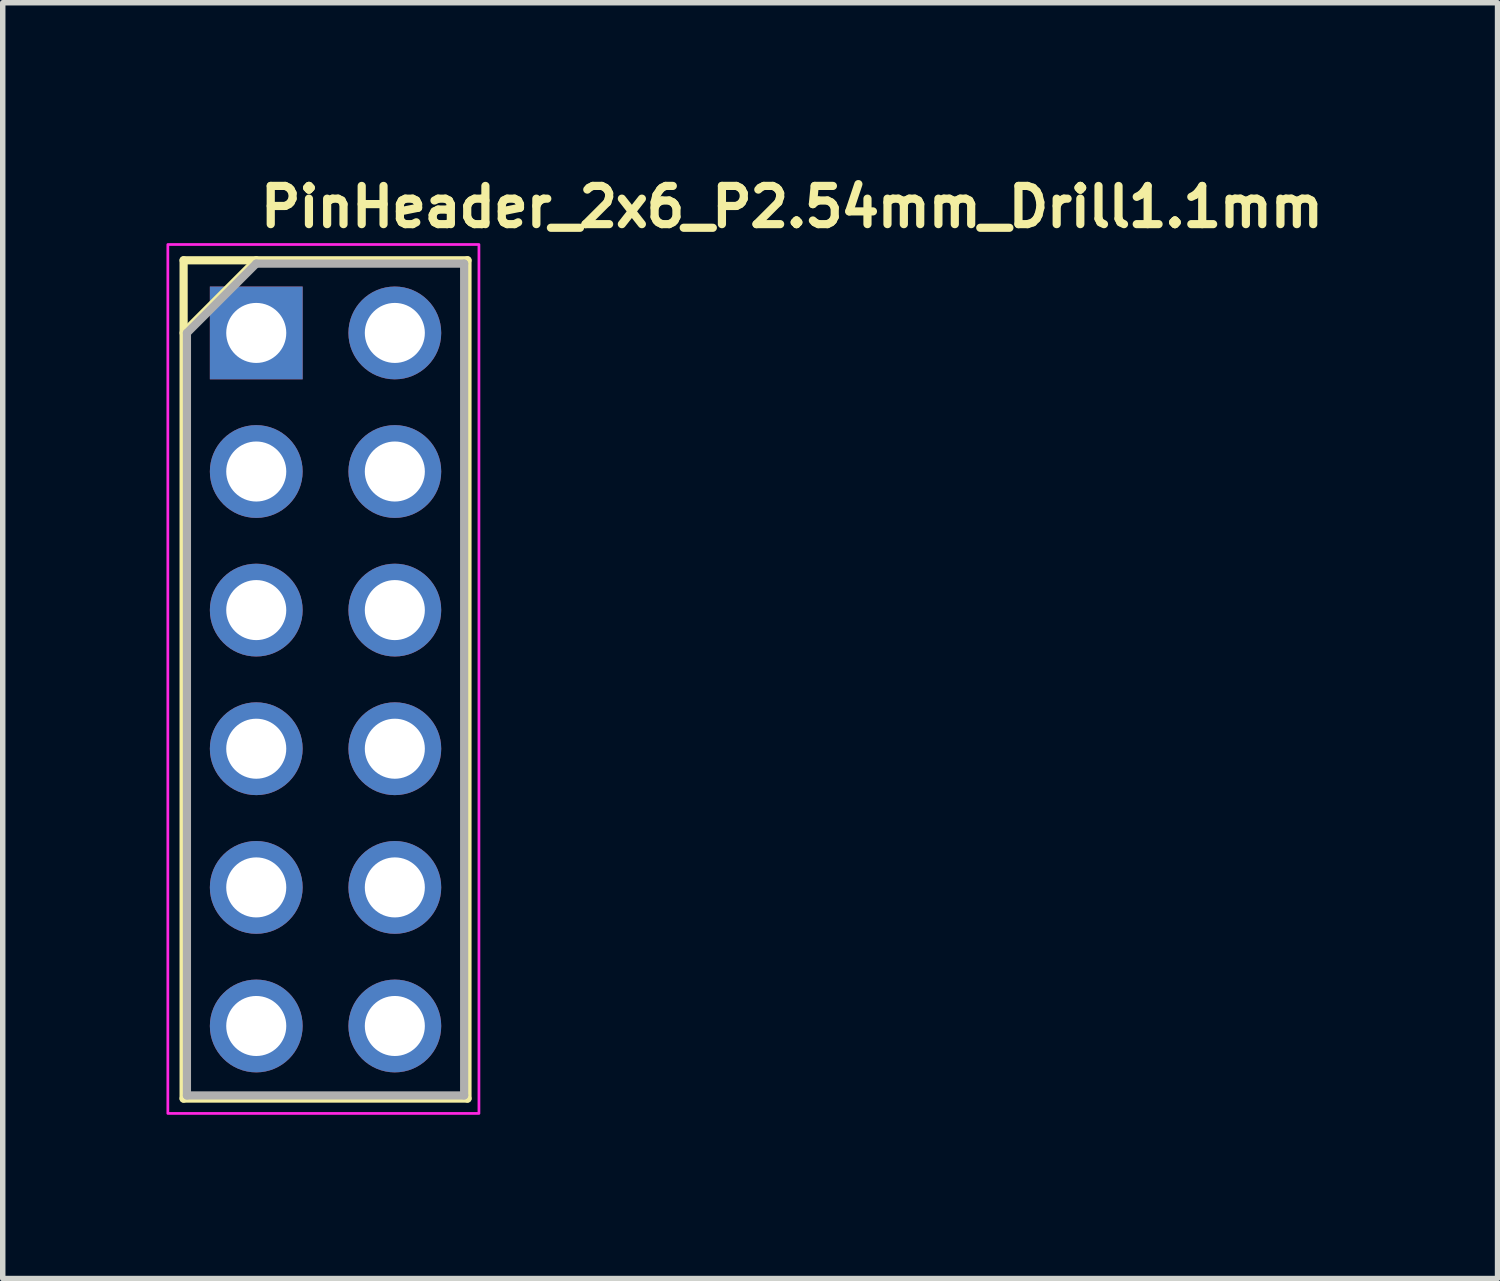
<source format=kicad_pcb>
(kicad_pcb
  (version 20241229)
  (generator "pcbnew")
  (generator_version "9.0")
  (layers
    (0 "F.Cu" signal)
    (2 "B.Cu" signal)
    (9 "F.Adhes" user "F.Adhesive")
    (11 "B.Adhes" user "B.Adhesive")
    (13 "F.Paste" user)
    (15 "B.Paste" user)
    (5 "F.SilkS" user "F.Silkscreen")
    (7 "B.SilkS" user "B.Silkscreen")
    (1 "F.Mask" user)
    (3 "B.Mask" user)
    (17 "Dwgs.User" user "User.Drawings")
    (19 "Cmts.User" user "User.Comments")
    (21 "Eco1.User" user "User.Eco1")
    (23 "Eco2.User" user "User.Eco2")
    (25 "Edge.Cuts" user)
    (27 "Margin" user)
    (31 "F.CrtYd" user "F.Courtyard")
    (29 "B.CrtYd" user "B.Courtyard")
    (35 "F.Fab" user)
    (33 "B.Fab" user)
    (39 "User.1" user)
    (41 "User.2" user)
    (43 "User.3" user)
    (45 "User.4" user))
  (footprint "PinHeader_2x6_P2.54mm_Drill1.1mm"
    (layer "F.Cu")
    (at 1.645 3.05)
    (property "Reference" "PinHeader_2x6_P2.54mm_Drill1.1mm" (at 0 -1.9 0) (layer "F.SilkS") (effects (font (size 0.7 0.7) (thickness 0.15)) (justify left bottom)))
    (attr through_hole)
    (fp_line (start -1.331 -1.331) (end -1.331 14.028) (stroke (width 0.15) (type solid)) (layer "F.SilkS"))
    (fp_line (start -1.331 -1.331) (end 3.87 -1.331) (stroke (width 0.15) (type solid)) (layer "F.SilkS"))
    (fp_line (start -1.331 0) (end 0 -1.331) (stroke (width 0.15) (type solid)) (layer "F.SilkS"))
    (fp_line (start -1.331 14.028) (end 3.87 14.028) (stroke (width 0.15) (type solid)) (layer "F.SilkS"))
    (fp_line (start 3.87 -1.331) (end 3.87 14.028) (stroke (width 0.15) (type solid)) (layer "F.SilkS"))
    (fp_rect (start -1.62 -1.62) (end 4.08 14.3) (stroke (width 0.05) (type solid)) (fill no) (layer "F.CrtYd"))
    (fp_line (start -1.27 0) (end 0 -1.27) (stroke (width 0.15) (type solid)) (layer "F.Fab"))
    (fp_line (start -1.27 13.97) (end -1.27 0) (stroke (width 0.15) (type solid)) (layer "F.Fab"))
    (fp_line (start 0 -1.27) (end 3.809 -1.27) (stroke (width 0.15) (type solid)) (layer "F.Fab"))
    (fp_line (start 3.809 -1.27) (end 3.809 13.97) (stroke (width 0.15) (type solid)) (layer "F.Fab"))
    (fp_line (start 3.809 13.97) (end -1.27 13.97) (stroke (width 0.15) (type solid)) (layer "F.Fab"))
    (fp_line (start -1.27 -1.016) (end -1.27 1.016) (stroke (width 0.1) (type solid)) (layer "User.9"))
    (fp_line (start -1.27 1.016) (end -1.016 1.27) (stroke (width 0.1) (type solid)) (layer "User.9"))
    (fp_line (start -1.27 1.524) (end -1.27 3.556) (stroke (width 0.1) (type solid)) (layer "User.9"))
    (fp_line (start -1.27 3.556) (end -1.016 3.81) (stroke (width 0.1) (type solid)) (layer "User.9"))
    (fp_line (start -1.27 4.064) (end -1.27 6.096) (stroke (width 0.1) (type solid)) (layer "User.9"))
    (fp_line (start -1.27 6.096) (end -1.016 6.35) (stroke (width 0.1) (type solid)) (layer "User.9"))
    (fp_line (start -1.27 6.604) (end -1.27 8.636) (stroke (width 0.1) (type solid)) (layer "User.9"))
    (fp_line (start -1.27 8.636) (end -1.016 8.89) (stroke (width 0.1) (type solid)) (layer "User.9"))
    (fp_line (start -1.27 9.144) (end -1.27 11.176) (stroke (width 0.1) (type solid)) (layer "User.9"))
    (fp_line (start -1.27 11.176) (end -1.016 11.43) (stroke (width 0.1) (type solid)) (layer "User.9"))
    (fp_line (start -1.27 11.684) (end -1.27 13.716) (stroke (width 0.1) (type solid)) (layer "User.9"))
    (fp_line (start -1.27 13.716) (end -1.016 13.97) (stroke (width 0.1) (type solid)) (layer "User.9"))
    (fp_line (start -1.016 -1.27) (end -1.27 -1.016) (stroke (width 0.1) (type solid)) (layer "User.9"))
    (fp_line (start -1.016 1.27) (end -1.27 1.524) (stroke (width 0.1) (type solid)) (layer "User.9"))
    (fp_line (start -1.016 3.81) (end -1.27 4.064) (stroke (width 0.1) (type solid)) (layer "User.9"))
    (fp_line (start -1.016 6.35) (end -1.27 6.604) (stroke (width 0.1) (type solid)) (layer "User.9"))
    (fp_line (start -1.016 8.89) (end -1.27 9.144) (stroke (width 0.1) (type solid)) (layer "User.9"))
    (fp_line (start -1.016 11.43) (end -1.27 11.684) (stroke (width 0.1) (type solid)) (layer "User.9"))
    (fp_line (start -1.016 13.97) (end 3.556 13.97) (stroke (width 0.1) (type solid)) (layer "User.9"))
    (fp_line (start -0.32 -0.32) (end -0.16 -0.16) (stroke (width 0.1) (type solid)) (layer "User.9"))
    (fp_line (start -0.32 -0.32) (end 0.32 -0.32) (stroke (width 0.1) (type solid)) (layer "User.9"))
    (fp_line (start -0.32 0.32) (end -0.32 -0.32) (stroke (width 0.1) (type solid)) (layer "User.9"))
    (fp_line (start -0.32 0.32) (end -0.16 0.16) (stroke (width 0.1) (type solid)) (layer "User.9"))
    (fp_line (start -0.32 0.32) (end 0.32 0.32) (stroke (width 0.1) (type solid)) (layer "User.9"))
    (fp_line (start -0.32 2.22) (end -0.16 2.38) (stroke (width 0.1) (type solid)) (layer "User.9"))
    (fp_line (start -0.32 2.22) (end 0.32 2.22) (stroke (width 0.1) (type solid)) (layer "User.9"))
    (fp_line (start -0.32 2.86) (end -0.32 2.22) (stroke (width 0.1) (type solid)) (layer "User.9"))
    (fp_line (start -0.32 2.86) (end -0.16 2.7) (stroke (width 0.1) (type solid)) (layer "User.9"))
    (fp_line (start -0.32 2.86) (end 0.32 2.86) (stroke (width 0.1) (type solid)) (layer "User.9"))
    (fp_line (start -0.32 4.76) (end -0.16 4.92) (stroke (width 0.1) (type solid)) (layer "User.9"))
    (fp_line (start -0.32 4.76) (end 0.32 4.76) (stroke (width 0.1) (type solid)) (layer "User.9"))
    (fp_line (start -0.32 5.4) (end -0.32 4.76) (stroke (width 0.1) (type solid)) (layer "User.9"))
    (fp_line (start -0.32 5.4) (end -0.16 5.24) (stroke (width 0.1) (type solid)) (layer "User.9"))
    (fp_line (start -0.32 5.4) (end 0.32 5.4) (stroke (width 0.1) (type solid)) (layer "User.9"))
    (fp_line (start -0.32 7.3) (end -0.16 7.46) (stroke (width 0.1) (type solid)) (layer "User.9"))
    (fp_line (start -0.32 7.3) (end 0.32 7.3) (stroke (width 0.1) (type solid)) (layer "User.9"))
    (fp_line (start -0.32 7.94) (end -0.32 7.3) (stroke (width 0.1) (type solid)) (layer "User.9"))
    (fp_line (start -0.32 7.94) (end -0.16 7.78) (stroke (width 0.1) (type solid)) (layer "User.9"))
    (fp_line (start -0.32 7.94) (end 0.32 7.94) (stroke (width 0.1) (type solid)) (layer "User.9"))
    (fp_line (start -0.32 9.84) (end -0.16 10) (stroke (width 0.1) (type solid)) (layer "User.9"))
    (fp_line (start -0.32 9.84) (end 0.32 9.84) (stroke (width 0.1) (type solid)) (layer "User.9"))
    (fp_line (start -0.32 10.48) (end -0.32 9.84) (stroke (width 0.1) (type solid)) (layer "User.9"))
    (fp_line (start -0.32 10.48) (end -0.16 10.32) (stroke (width 0.1) (type solid)) (layer "User.9"))
    (fp_line (start -0.32 10.48) (end 0.32 10.48) (stroke (width 0.1) (type solid)) (layer "User.9"))
    (fp_line (start -0.32 12.38) (end -0.16 12.54) (stroke (width 0.1) (type solid)) (layer "User.9"))
    (fp_line (start -0.32 12.38) (end 0.32 12.38) (stroke (width 0.1) (type solid)) (layer "User.9"))
    (fp_line (start -0.32 13.02) (end -0.32 12.38) (stroke (width 0.1) (type solid)) (layer "User.9"))
    (fp_line (start -0.32 13.02) (end -0.16 12.86) (stroke (width 0.1) (type solid)) (layer "User.9"))
    (fp_line (start -0.32 13.02) (end 0.32 13.02) (stroke (width 0.1) (type solid)) (layer "User.9"))
    (fp_line (start -0.16 -0.16) (end 0.16 -0.16) (stroke (width 0.1) (type solid)) (layer "User.9"))
    (fp_line (start -0.16 0.16) (end -0.16 -0.16) (stroke (width 0.1) (type solid)) (layer "User.9"))
    (fp_line (start -0.16 0.16) (end 0.16 0.16) (stroke (width 0.1) (type solid)) (layer "User.9"))
    (fp_line (start -0.16 2.38) (end 0.16 2.38) (stroke (width 0.1) (type solid)) (layer "User.9"))
    (fp_line (start -0.16 2.7) (end -0.16 2.38) (stroke (width 0.1) (type solid)) (layer "User.9"))
    (fp_line (start -0.16 2.7) (end 0.16 2.7) (stroke (width 0.1) (type solid)) (layer "User.9"))
    (fp_line (start -0.16 4.92) (end 0.16 4.92) (stroke (width 0.1) (type solid)) (layer "User.9"))
    (fp_line (start -0.16 5.24) (end -0.16 4.92) (stroke (width 0.1) (type solid)) (layer "User.9"))
    (fp_line (start -0.16 5.24) (end 0.16 5.24) (stroke (width 0.1) (type solid)) (layer "User.9"))
    (fp_line (start -0.16 7.46) (end 0.16 7.46) (stroke (width 0.1) (type solid)) (layer "User.9"))
    (fp_line (start -0.16 7.78) (end -0.16 7.46) (stroke (width 0.1) (type solid)) (layer "User.9"))
    (fp_line (start -0.16 7.78) (end 0.16 7.78) (stroke (width 0.1) (type solid)) (layer "User.9"))
    (fp_line (start -0.16 10) (end 0.16 10) (stroke (width 0.1) (type solid)) (layer "User.9"))
    (fp_line (start -0.16 10.32) (end -0.16 10) (stroke (width 0.1) (type solid)) (layer "User.9"))
    (fp_line (start -0.16 10.32) (end 0.16 10.32) (stroke (width 0.1) (type solid)) (layer "User.9"))
    (fp_line (start -0.16 12.54) (end 0.16 12.54) (stroke (width 0.1) (type solid)) (layer "User.9"))
    (fp_line (start -0.16 12.86) (end -0.16 12.54) (stroke (width 0.1) (type solid)) (layer "User.9"))
    (fp_line (start -0.16 12.86) (end 0.16 12.86) (stroke (width 0.1) (type solid)) (layer "User.9"))
    (fp_line (start 0.16 0.16) (end 0.16 -0.16) (stroke (width 0.1) (type solid)) (layer "User.9"))
    (fp_line (start 0.16 2.7) (end 0.16 2.38) (stroke (width 0.1) (type solid)) (layer "User.9"))
    (fp_line (start 0.16 5.24) (end 0.16 4.92) (stroke (width 0.1) (type solid)) (layer "User.9"))
    (fp_line (start 0.16 7.78) (end 0.16 7.46) (stroke (width 0.1) (type solid)) (layer "User.9"))
    (fp_line (start 0.16 10.32) (end 0.16 10) (stroke (width 0.1) (type solid)) (layer "User.9"))
    (fp_line (start 0.16 12.86) (end 0.16 12.54) (stroke (width 0.1) (type solid)) (layer "User.9"))
    (fp_line (start 0.32 -0.32) (end 0.16 -0.16) (stroke (width 0.1) (type solid)) (layer "User.9"))
    (fp_line (start 0.32 0.32) (end 0.16 0.16) (stroke (width 0.1) (type solid)) (layer "User.9"))
    (fp_line (start 0.32 0.32) (end 0.32 -0.32) (stroke (width 0.1) (type solid)) (layer "User.9"))
    (fp_line (start 0.32 2.22) (end 0.16 2.38) (stroke (width 0.1) (type solid)) (layer "User.9"))
    (fp_line (start 0.32 2.86) (end 0.16 2.7) (stroke (width 0.1) (type solid)) (layer "User.9"))
    (fp_line (start 0.32 2.86) (end 0.32 2.22) (stroke (width 0.1) (type solid)) (layer "User.9"))
    (fp_line (start 0.32 4.76) (end 0.16 4.92) (stroke (width 0.1) (type solid)) (layer "User.9"))
    (fp_line (start 0.32 5.4) (end 0.16 5.24) (stroke (width 0.1) (type solid)) (layer "User.9"))
    (fp_line (start 0.32 5.4) (end 0.32 4.76) (stroke (width 0.1) (type solid)) (layer "User.9"))
    (fp_line (start 0.32 7.3) (end 0.16 7.46) (stroke (width 0.1) (type solid)) (layer "User.9"))
    (fp_line (start 0.32 7.94) (end 0.16 7.78) (stroke (width 0.1) (type solid)) (layer "User.9"))
    (fp_line (start 0.32 7.94) (end 0.32 7.3) (stroke (width 0.1) (type solid)) (layer "User.9"))
    (fp_line (start 0.32 9.84) (end 0.16 10) (stroke (width 0.1) (type solid)) (layer "User.9"))
    (fp_line (start 0.32 10.48) (end 0.16 10.32) (stroke (width 0.1) (type solid)) (layer "User.9"))
    (fp_line (start 0.32 10.48) (end 0.32 9.84) (stroke (width 0.1) (type solid)) (layer "User.9"))
    (fp_line (start 0.32 12.38) (end 0.16 12.54) (stroke (width 0.1) (type solid)) (layer "User.9"))
    (fp_line (start 0.32 13.02) (end 0.16 12.86) (stroke (width 0.1) (type solid)) (layer "User.9"))
    (fp_line (start 0.32 13.02) (end 0.32 12.38) (stroke (width 0.1) (type solid)) (layer "User.9"))
    (fp_line (start 2.22 -0.32) (end 2.38 -0.16) (stroke (width 0.1) (type solid)) (layer "User.9"))
    (fp_line (start 2.22 -0.32) (end 2.86 -0.32) (stroke (width 0.1) (type solid)) (layer "User.9"))
    (fp_line (start 2.22 0.32) (end 2.22 -0.32) (stroke (width 0.1) (type solid)) (layer "User.9"))
    (fp_line (start 2.22 0.32) (end 2.38 0.16) (stroke (width 0.1) (type solid)) (layer "User.9"))
    (fp_line (start 2.22 0.32) (end 2.86 0.32) (stroke (width 0.1) (type solid)) (layer "User.9"))
    (fp_line (start 2.22 2.22) (end 2.38 2.38) (stroke (width 0.1) (type solid)) (layer "User.9"))
    (fp_line (start 2.22 2.22) (end 2.86 2.22) (stroke (width 0.1) (type solid)) (layer "User.9"))
    (fp_line (start 2.22 2.86) (end 2.22 2.22) (stroke (width 0.1) (type solid)) (layer "User.9"))
    (fp_line (start 2.22 2.86) (end 2.38 2.7) (stroke (width 0.1) (type solid)) (layer "User.9"))
    (fp_line (start 2.22 2.86) (end 2.86 2.86) (stroke (width 0.1) (type solid)) (layer "User.9"))
    (fp_line (start 2.22 4.76) (end 2.38 4.92) (stroke (width 0.1) (type solid)) (layer "User.9"))
    (fp_line (start 2.22 4.76) (end 2.86 4.76) (stroke (width 0.1) (type solid)) (layer "User.9"))
    (fp_line (start 2.22 5.4) (end 2.22 4.76) (stroke (width 0.1) (type solid)) (layer "User.9"))
    (fp_line (start 2.22 5.4) (end 2.38 5.24) (stroke (width 0.1) (type solid)) (layer "User.9"))
    (fp_line (start 2.22 5.4) (end 2.86 5.4) (stroke (width 0.1) (type solid)) (layer "User.9"))
    (fp_line (start 2.22 7.3) (end 2.38 7.46) (stroke (width 0.1) (type solid)) (layer "User.9"))
    (fp_line (start 2.22 7.3) (end 2.86 7.3) (stroke (width 0.1) (type solid)) (layer "User.9"))
    (fp_line (start 2.22 7.94) (end 2.22 7.3) (stroke (width 0.1) (type solid)) (layer "User.9"))
    (fp_line (start 2.22 7.94) (end 2.38 7.78) (stroke (width 0.1) (type solid)) (layer "User.9"))
    (fp_line (start 2.22 7.94) (end 2.86 7.94) (stroke (width 0.1) (type solid)) (layer "User.9"))
    (fp_line (start 2.22 9.84) (end 2.38 10) (stroke (width 0.1) (type solid)) (layer "User.9"))
    (fp_line (start 2.22 9.84) (end 2.86 9.84) (stroke (width 0.1) (type solid)) (layer "User.9"))
    (fp_line (start 2.22 10.48) (end 2.22 9.84) (stroke (width 0.1) (type solid)) (layer "User.9"))
    (fp_line (start 2.22 10.48) (end 2.38 10.32) (stroke (width 0.1) (type solid)) (layer "User.9"))
    (fp_line (start 2.22 10.48) (end 2.86 10.48) (stroke (width 0.1) (type solid)) (layer "User.9"))
    (fp_line (start 2.22 12.38) (end 2.38 12.54) (stroke (width 0.1) (type solid)) (layer "User.9"))
    (fp_line (start 2.22 12.38) (end 2.86 12.38) (stroke (width 0.1) (type solid)) (layer "User.9"))
    (fp_line (start 2.22 13.02) (end 2.22 12.38) (stroke (width 0.1) (type solid)) (layer "User.9"))
    (fp_line (start 2.22 13.02) (end 2.38 12.86) (stroke (width 0.1) (type solid)) (layer "User.9"))
    (fp_line (start 2.22 13.02) (end 2.86 13.02) (stroke (width 0.1) (type solid)) (layer "User.9"))
    (fp_line (start 2.38 -0.16) (end 2.7 -0.16) (stroke (width 0.1) (type solid)) (layer "User.9"))
    (fp_line (start 2.38 0.16) (end 2.38 -0.16) (stroke (width 0.1) (type solid)) (layer "User.9"))
    (fp_line (start 2.38 0.16) (end 2.7 0.16) (stroke (width 0.1) (type solid)) (layer "User.9"))
    (fp_line (start 2.38 2.38) (end 2.7 2.38) (stroke (width 0.1) (type solid)) (layer "User.9"))
    (fp_line (start 2.38 2.7) (end 2.38 2.38) (stroke (width 0.1) (type solid)) (layer "User.9"))
    (fp_line (start 2.38 2.7) (end 2.7 2.7) (stroke (width 0.1) (type solid)) (layer "User.9"))
    (fp_line (start 2.38 4.92) (end 2.7 4.92) (stroke (width 0.1) (type solid)) (layer "User.9"))
    (fp_line (start 2.38 5.24) (end 2.38 4.92) (stroke (width 0.1) (type solid)) (layer "User.9"))
    (fp_line (start 2.38 5.24) (end 2.7 5.24) (stroke (width 0.1) (type solid)) (layer "User.9"))
    (fp_line (start 2.38 7.46) (end 2.7 7.46) (stroke (width 0.1) (type solid)) (layer "User.9"))
    (fp_line (start 2.38 7.78) (end 2.38 7.46) (stroke (width 0.1) (type solid)) (layer "User.9"))
    (fp_line (start 2.38 7.78) (end 2.7 7.78) (stroke (width 0.1) (type solid)) (layer "User.9"))
    (fp_line (start 2.38 10) (end 2.7 10) (stroke (width 0.1) (type solid)) (layer "User.9"))
    (fp_line (start 2.38 10.32) (end 2.38 10) (stroke (width 0.1) (type solid)) (layer "User.9"))
    (fp_line (start 2.38 10.32) (end 2.7 10.32) (stroke (width 0.1) (type solid)) (layer "User.9"))
    (fp_line (start 2.38 12.54) (end 2.7 12.54) (stroke (width 0.1) (type solid)) (layer "User.9"))
    (fp_line (start 2.38 12.86) (end 2.38 12.54) (stroke (width 0.1) (type solid)) (layer "User.9"))
    (fp_line (start 2.38 12.86) (end 2.7 12.86) (stroke (width 0.1) (type solid)) (layer "User.9"))
    (fp_line (start 2.7 0.16) (end 2.7 -0.16) (stroke (width 0.1) (type solid)) (layer "User.9"))
    (fp_line (start 2.7 2.7) (end 2.7 2.38) (stroke (width 0.1) (type solid)) (layer "User.9"))
    (fp_line (start 2.7 5.24) (end 2.7 4.92) (stroke (width 0.1) (type solid)) (layer "User.9"))
    (fp_line (start 2.7 7.78) (end 2.7 7.46) (stroke (width 0.1) (type solid)) (layer "User.9"))
    (fp_line (start 2.7 10.32) (end 2.7 10) (stroke (width 0.1) (type solid)) (layer "User.9"))
    (fp_line (start 2.7 12.86) (end 2.7 12.54) (stroke (width 0.1) (type solid)) (layer "User.9"))
    (fp_line (start 2.86 -0.32) (end 2.7 -0.16) (stroke (width 0.1) (type solid)) (layer "User.9"))
    (fp_line (start 2.86 0.32) (end 2.7 0.16) (stroke (width 0.1) (type solid)) (layer "User.9"))
    (fp_line (start 2.86 0.32) (end 2.86 -0.32) (stroke (width 0.1) (type solid)) (layer "User.9"))
    (fp_line (start 2.86 2.22) (end 2.7 2.38) (stroke (width 0.1) (type solid)) (layer "User.9"))
    (fp_line (start 2.86 2.86) (end 2.7 2.7) (stroke (width 0.1) (type solid)) (layer "User.9"))
    (fp_line (start 2.86 2.86) (end 2.86 2.22) (stroke (width 0.1) (type solid)) (layer "User.9"))
    (fp_line (start 2.86 4.76) (end 2.7 4.92) (stroke (width 0.1) (type solid)) (layer "User.9"))
    (fp_line (start 2.86 5.4) (end 2.7 5.24) (stroke (width 0.1) (type solid)) (layer "User.9"))
    (fp_line (start 2.86 5.4) (end 2.86 4.76) (stroke (width 0.1) (type solid)) (layer "User.9"))
    (fp_line (start 2.86 7.3) (end 2.7 7.46) (stroke (width 0.1) (type solid)) (layer "User.9"))
    (fp_line (start 2.86 7.94) (end 2.7 7.78) (stroke (width 0.1) (type solid)) (layer "User.9"))
    (fp_line (start 2.86 7.94) (end 2.86 7.3) (stroke (width 0.1) (type solid)) (layer "User.9"))
    (fp_line (start 2.86 9.84) (end 2.7 10) (stroke (width 0.1) (type solid)) (layer "User.9"))
    (fp_line (start 2.86 10.48) (end 2.7 10.32) (stroke (width 0.1) (type solid)) (layer "User.9"))
    (fp_line (start 2.86 10.48) (end 2.86 9.84) (stroke (width 0.1) (type solid)) (layer "User.9"))
    (fp_line (start 2.86 12.38) (end 2.7 12.54) (stroke (width 0.1) (type solid)) (layer "User.9"))
    (fp_line (start 2.86 13.02) (end 2.7 12.86) (stroke (width 0.1) (type solid)) (layer "User.9"))
    (fp_line (start 2.86 13.02) (end 2.86 12.38) (stroke (width 0.1) (type solid)) (layer "User.9"))
    (fp_line (start 3.556 -1.27) (end -1.016 -1.27) (stroke (width 0.1) (type solid)) (layer "User.9"))
    (fp_line (start 3.556 1.27) (end 3.81 1.016) (stroke (width 0.1) (type solid)) (layer "User.9"))
    (fp_line (start 3.556 3.81) (end 3.81 3.556) (stroke (width 0.1) (type solid)) (layer "User.9"))
    (fp_line (start 3.556 6.35) (end 3.81 6.096) (stroke (width 0.1) (type solid)) (layer "User.9"))
    (fp_line (start 3.556 8.89) (end 3.81 8.636) (stroke (width 0.1) (type solid)) (layer "User.9"))
    (fp_line (start 3.556 11.43) (end 3.81 11.176) (stroke (width 0.1) (type solid)) (layer "User.9"))
    (fp_line (start 3.556 13.97) (end 3.81 13.716) (stroke (width 0.1) (type solid)) (layer "User.9"))
    (fp_line (start 3.81 -1.016) (end 3.556 -1.27) (stroke (width 0.1) (type solid)) (layer "User.9"))
    (fp_line (start 3.81 1.016) (end 3.81 -1.016) (stroke (width 0.1) (type solid)) (layer "User.9"))
    (fp_line (start 3.81 1.524) (end 3.556 1.27) (stroke (width 0.1) (type solid)) (layer "User.9"))
    (fp_line (start 3.81 3.556) (end 3.81 1.524) (stroke (width 0.1) (type solid)) (layer "User.9"))
    (fp_line (start 3.81 4.064) (end 3.556 3.81) (stroke (width 0.1) (type solid)) (layer "User.9"))
    (fp_line (start 3.81 6.096) (end 3.81 4.064) (stroke (width 0.1) (type solid)) (layer "User.9"))
    (fp_line (start 3.81 6.604) (end 3.556 6.35) (stroke (width 0.1) (type solid)) (layer "User.9"))
    (fp_line (start 3.81 8.636) (end 3.81 6.604) (stroke (width 0.1) (type solid)) (layer "User.9"))
    (fp_line (start 3.81 9.144) (end 3.556 8.89) (stroke (width 0.1) (type solid)) (layer "User.9"))
    (fp_line (start 3.81 11.176) (end 3.81 9.144) (stroke (width 0.1) (type solid)) (layer "User.9"))
    (fp_line (start 3.81 11.684) (end 3.556 11.43) (stroke (width 0.1) (type solid)) (layer "User.9"))
    (fp_line (start 3.81 13.716) (end 3.81 11.684) (stroke (width 0.1) (type solid)) (layer "User.9"))
    (pad "1" thru_hole rect (at 0 0) (size 1.7 1.7) (drill 1.1) (layers "*.Cu" "*.Mask"))
    (pad "2" thru_hole oval (at 2.539 0) (size 1.7 1.7) (drill 1.1) (layers "*.Cu" "*.Mask"))
    (pad "3" thru_hole oval (at 0 2.539) (size 1.7 1.7) (drill 1.1) (layers "*.Cu" "*.Mask"))
    (pad "4" thru_hole oval (at 2.539 2.539) (size 1.7 1.7) (drill 1.1) (layers "*.Cu" "*.Mask"))
    (pad "5" thru_hole oval (at 0 5.078) (size 1.7 1.7) (drill 1.1) (layers "*.Cu" "*.Mask"))
    (pad "6" thru_hole oval (at 2.539 5.078) (size 1.7 1.7) (drill 1.1) (layers "*.Cu" "*.Mask"))
    (pad "7" thru_hole oval (at 0 7.618) (size 1.7 1.7) (drill 1.1) (layers "*.Cu" "*.Mask"))
    (pad "8" thru_hole oval (at 2.539 7.618) (size 1.7 1.7) (drill 1.1) (layers "*.Cu" "*.Mask"))
    (pad "9" thru_hole oval (at 0 10.159) (size 1.7 1.7) (drill 1.1) (layers "*.Cu" "*.Mask"))
    (pad "10" thru_hole oval (at 2.539 10.159) (size 1.7 1.7) (drill 1.1) (layers "*.Cu" "*.Mask"))
    (pad "11" thru_hole oval (at 0 12.698) (size 1.7 1.7) (drill 1.1) (layers "*.Cu" "*.Mask"))
    (pad "12" thru_hole oval (at 2.539 12.698) (size 1.7 1.7) (drill 1.1) (layers "*.Cu" "*.Mask")))
  (gr_rect
    (start -3 -3)
    (end 24.388 20.375)
    (stroke (width 0.1) (type default))
    (fill no)
    (layer "Edge.Cuts")))
</source>
